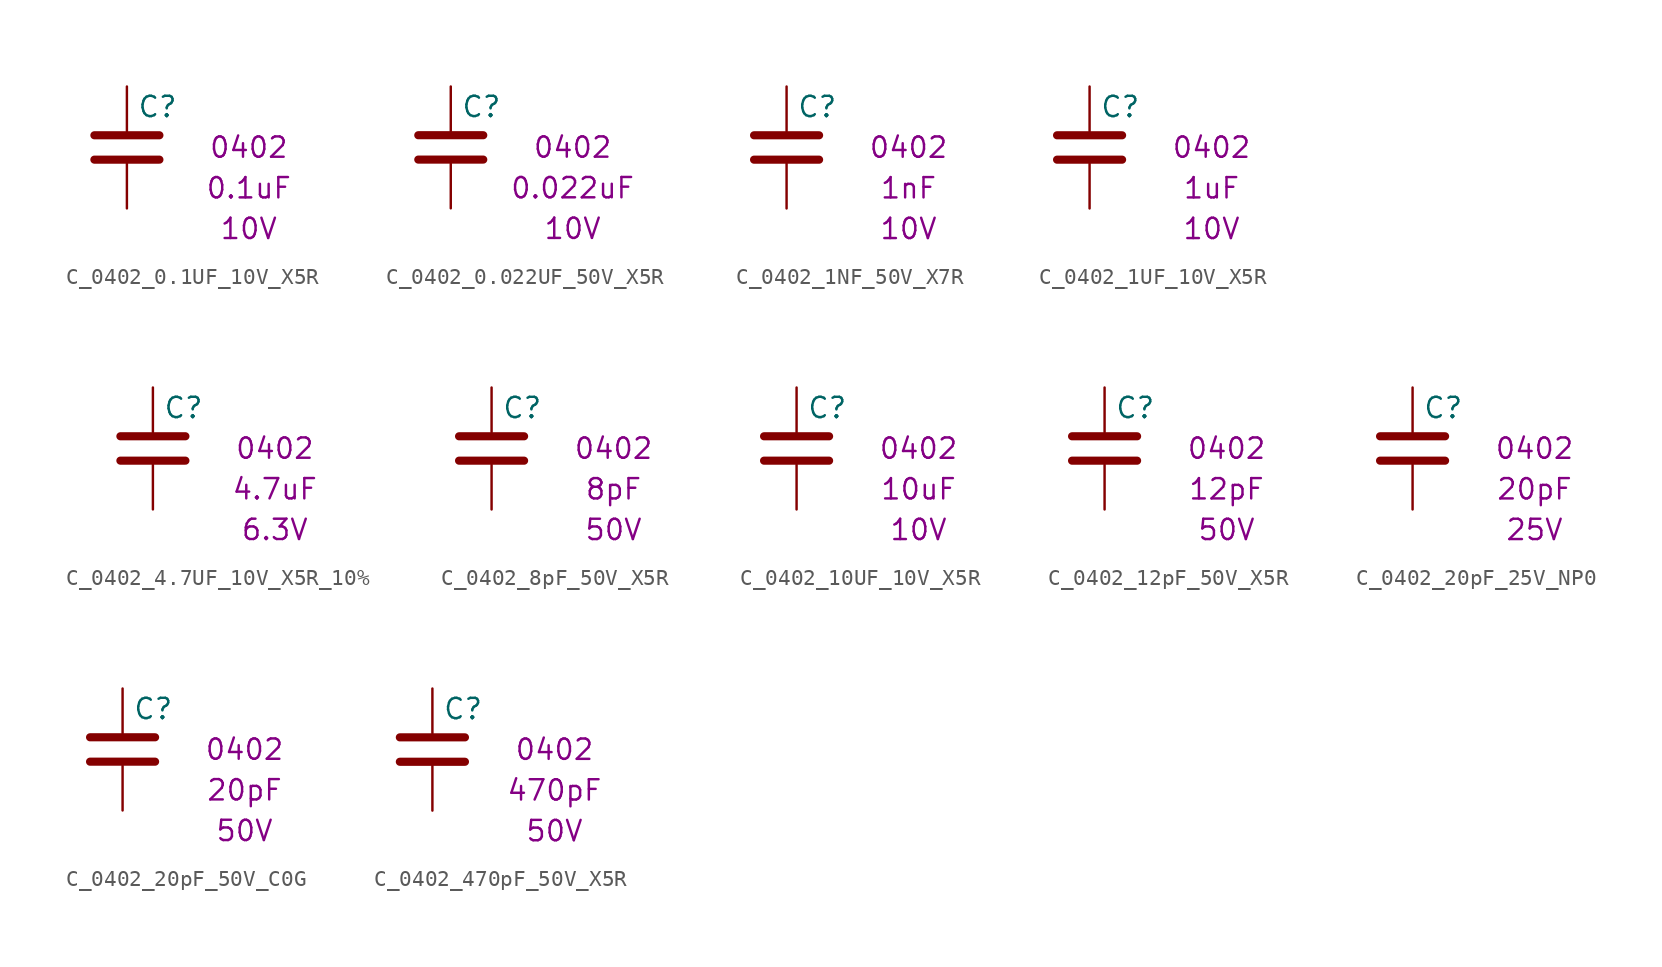
<source format=kicad_sym>
(kicad_symbol_lib
  (version 20211014)
  (generator kicad_symbol_editor)
  (symbol "C_0402_0.1UF_10V_X5R"
    (pin_numbers hide)
    (pin_names
      (offset 0.254))
    (property "Reference" "C"
      (at 0.635 3.81 0)
      (effects (font (size 1.27 1.27)) (justify left)))
    (property "Voltage" "10V"
      (at 7.62 -3.81 0)
      (effects (font (size 1.27 1.27))))
    (property "Cap_value" "0.1uF"
      (at 7.62 -1.27 0)
      (effects (font (size 1.27 1.27))))
    (property "Size" "0402"
      (at 7.62 1.27 0)
      (effects (font (size 1.27 1.27))))
    (symbol "C_0402_0.1UF_10V_X5R_0_1"
      (polyline (pts (xy -2.032 0.508) (xy 2.032 0.508)) (stroke (width 0.508) (type default) (color 0 0 0 0)) (fill (type none)))
      (polyline (pts (xy -2.032 2.032) (xy 2.032 2.032)) (stroke (width 0.508) (type default) (color 0 0 0 0)) (fill (type none))))
    (symbol "C_0402_0.1UF_10V_X5R_1_1"
      (pin passive line (at 0 5.08 270) (length 2.794) (name "~" (effects (font (size 1.27 1.27)))) (number "1" (effects (font (size 1.27 1.27)))))
      (pin passive line (at 0 -2.54 90) (length 2.794) (name "~" (effects (font (size 1.27 1.27)))) (number "2" (effects (font (size 1.27 1.27)))))))
  (symbol "C_0402_0.022UF_50V_X5R"
    (pin_numbers hide)
    (pin_names
      (offset 0.254))
    (property "Reference" "C"
      (at 0.635 3.81 0)
      (effects (font (size 1.27 1.27)) (justify left)))
    (property "Voltage" "10V"
      (at 7.62 -3.81 0)
      (effects (font (size 1.27 1.27))))
    (property "Cap_value" "0.022uF"
      (at 7.62 -1.27 0)
      (effects (font (size 1.27 1.27))))
    (property "Size" "0402"
      (at 7.62 1.27 0)
      (effects (font (size 1.27 1.27))))
    (symbol "C_0402_0.022UF_50V_X5R_0_1"
      (polyline (pts (xy -2.032 0.508) (xy 2.032 0.508)) (stroke (width 0.508) (type default) (color 0 0 0 0)) (fill (type none)))
      (polyline (pts (xy -2.032 2.032) (xy 2.032 2.032)) (stroke (width 0.508) (type default) (color 0 0 0 0)) (fill (type none))))
    (symbol "C_0402_0.022UF_50V_X5R_1_1"
      (pin passive line (at 0 5.08 270) (length 2.794) (name "~" (effects (font (size 1.27 1.27)))) (number "1" (effects (font (size 1.27 1.27)))))
      (pin passive line (at 0 -2.54 90) (length 2.794) (name "~" (effects (font (size 1.27 1.27)))) (number "2" (effects (font (size 1.27 1.27)))))))
  (symbol "C_0402_1NF_50V_X7R"
    (pin_numbers hide)
    (pin_names
      (offset 0.254))
    (property "Reference" "C"
      (at 0.635 3.81 0)
      (effects (font (size 1.27 1.27)) (justify left)))
    (property "Voltage" "10V"
      (at 7.62 -3.81 0)
      (effects (font (size 1.27 1.27))))
    (property "Cap_value" "1nF"
      (at 7.62 -1.27 0)
      (effects (font (size 1.27 1.27))))
    (property "Size" "0402"
      (at 7.62 1.27 0)
      (effects (font (size 1.27 1.27))))
    (symbol "C_0402_1NF_50V_X7R_0_1"
      (polyline (pts (xy -2.032 0.508) (xy 2.032 0.508)) (stroke (width 0.508) (type default) (color 0 0 0 0)) (fill (type none)))
      (polyline (pts (xy -2.032 2.032) (xy 2.032 2.032)) (stroke (width 0.508) (type default) (color 0 0 0 0)) (fill (type none))))
    (symbol "C_0402_1NF_50V_X7R_1_1"
      (pin passive line (at 0 5.08 270) (length 2.794) (name "~" (effects (font (size 1.27 1.27)))) (number "1" (effects (font (size 1.27 1.27)))))
      (pin passive line (at 0 -2.54 90) (length 2.794) (name "~" (effects (font (size 1.27 1.27)))) (number "2" (effects (font (size 1.27 1.27)))))))
  (symbol "C_0402_1UF_10V_X5R"
    (pin_numbers hide)
    (pin_names
      (offset 0.254))
    (property "Reference" "C"
      (at 0.635 3.81 0)
      (effects (font (size 1.27 1.27)) (justify left)))
    (property "Voltage" "10V"
      (at 7.62 -3.81 0)
      (effects (font (size 1.27 1.27))))
    (property "Cap_value" "1uF"
      (at 7.62 -1.27 0)
      (effects (font (size 1.27 1.27))))
    (property "Size" "0402"
      (at 7.62 1.27 0)
      (effects (font (size 1.27 1.27))))
    (symbol "C_0402_1UF_10V_X5R_0_1"
      (polyline (pts (xy -2.032 0.508) (xy 2.032 0.508)) (stroke (width 0.508) (type default) (color 0 0 0 0)) (fill (type none)))
      (polyline (pts (xy -2.032 2.032) (xy 2.032 2.032)) (stroke (width 0.508) (type default) (color 0 0 0 0)) (fill (type none))))
    (symbol "C_0402_1UF_10V_X5R_1_1"
      (pin passive line (at 0 5.08 270) (length 2.794) (name "~" (effects (font (size 1.27 1.27)))) (number "1" (effects (font (size 1.27 1.27)))))
      (pin passive line (at 0 -2.54 90) (length 2.794) (name "~" (effects (font (size 1.27 1.27)))) (number "2" (effects (font (size 1.27 1.27)))))))
  (symbol "C_0402_4.7UF_10V_X5R_10%"
    (pin_numbers hide)
    (pin_names
      (offset 0.254))
    (property "Reference" "C"
      (at 0.635 3.81 0)
      (effects (font (size 1.27 1.27)) (justify left)))
    (property "Voltage" "6.3V"
      (at 7.62 -3.81 0)
      (effects (font (size 1.27 1.27))))
    (property "Cap_value" "4.7uF"
      (at 7.62 -1.27 0)
      (effects (font (size 1.27 1.27))))
    (property "Size" "0402"
      (at 7.62 1.27 0)
      (effects (font (size 1.27 1.27))))
    (symbol "C_0402_4.7UF_10V_X5R_10%_0_1"
      (polyline (pts (xy -2.032 0.508) (xy 2.032 0.508)) (stroke (width 0.508) (type default) (color 0 0 0 0)) (fill (type none)))
      (polyline (pts (xy -2.032 2.032) (xy 2.032 2.032)) (stroke (width 0.508) (type default) (color 0 0 0 0)) (fill (type none))))
    (symbol "C_0402_4.7UF_10V_X5R_10%_1_1"
      (pin passive line (at 0 5.08 270) (length 2.794) (name "~" (effects (font (size 1.27 1.27)))) (number "1" (effects (font (size 1.27 1.27)))))
      (pin passive line (at 0 -2.54 90) (length 2.794) (name "~" (effects (font (size 1.27 1.27)))) (number "2" (effects (font (size 1.27 1.27)))))))
  (symbol "C_0402_8pF_50V_X5R"
    (pin_numbers hide)
    (pin_names
      (offset 0.254))
    (property "Reference" "C"
      (at 0.635 3.81 0)
      (effects (font (size 1.27 1.27)) (justify left)))
    (property "Voltage" "50V"
      (at 7.62 -3.81 0)
      (effects (font (size 1.27 1.27))))
    (property "Cap_value" "8pF"
      (at 7.62 -1.27 0)
      (effects (font (size 1.27 1.27))))
    (property "Size" "0402"
      (at 7.62 1.27 0)
      (effects (font (size 1.27 1.27))))
    (symbol "C_0402_8pF_50V_X5R_0_1"
      (polyline (pts (xy -2.032 0.508) (xy 2.032 0.508)) (stroke (width 0.508) (type default) (color 0 0 0 0)) (fill (type none)))
      (polyline (pts (xy -2.032 2.032) (xy 2.032 2.032)) (stroke (width 0.508) (type default) (color 0 0 0 0)) (fill (type none))))
    (symbol "C_0402_8pF_50V_X5R_1_1"
      (pin passive line (at 0 5.08 270) (length 2.794) (name "~" (effects (font (size 1.27 1.27)))) (number "1" (effects (font (size 1.27 1.27)))))
      (pin passive line (at 0 -2.54 90) (length 2.794) (name "~" (effects (font (size 1.27 1.27)))) (number "2" (effects (font (size 1.27 1.27)))))))
  (symbol "C_0402_10UF_10V_X5R"
    (pin_numbers hide)
    (pin_names
      (offset 0.254))
    (property "Reference" "C"
      (at 0.635 3.81 0)
      (effects (font (size 1.27 1.27)) (justify left)))
    (property "Voltage" "10V"
      (at 7.62 -3.81 0)
      (effects (font (size 1.27 1.27))))
    (property "Cap_value" "10uF"
      (at 7.62 -1.27 0)
      (effects (font (size 1.27 1.27))))
    (property "Size" "0402"
      (at 7.62 1.27 0)
      (effects (font (size 1.27 1.27))))
    (symbol "C_0402_10UF_10V_X5R_0_1"
      (polyline (pts (xy -2.032 0.508) (xy 2.032 0.508)) (stroke (width 0.508) (type default) (color 0 0 0 0)) (fill (type none)))
      (polyline (pts (xy -2.032 2.032) (xy 2.032 2.032)) (stroke (width 0.508) (type default) (color 0 0 0 0)) (fill (type none))))
    (symbol "C_0402_10UF_10V_X5R_1_1"
      (pin passive line (at 0 5.08 270) (length 2.794) (name "~" (effects (font (size 1.27 1.27)))) (number "1" (effects (font (size 1.27 1.27)))))
      (pin passive line (at 0 -2.54 90) (length 2.794) (name "~" (effects (font (size 1.27 1.27)))) (number "2" (effects (font (size 1.27 1.27)))))))
  (symbol "C_0402_12pF_50V_X5R"
    (pin_numbers hide)
    (pin_names
      (offset 0.254))
    (property "Reference" "C"
      (at 0.635 3.81 0)
      (effects (font (size 1.27 1.27)) (justify left)))
    (property "Voltage" "50V"
      (at 7.62 -3.81 0)
      (effects (font (size 1.27 1.27))))
    (property "Cap_value" "12pF"
      (at 7.62 -1.27 0)
      (effects (font (size 1.27 1.27))))
    (property "Size" "0402"
      (at 7.62 1.27 0)
      (effects (font (size 1.27 1.27))))
    (symbol "C_0402_12pF_50V_X5R_0_1"
      (polyline (pts (xy -2.032 0.508) (xy 2.032 0.508)) (stroke (width 0.508) (type default) (color 0 0 0 0)) (fill (type none)))
      (polyline (pts (xy -2.032 2.032) (xy 2.032 2.032)) (stroke (width 0.508) (type default) (color 0 0 0 0)) (fill (type none))))
    (symbol "C_0402_12pF_50V_X5R_1_1"
      (pin passive line (at 0 5.08 270) (length 2.794) (name "~" (effects (font (size 1.27 1.27)))) (number "1" (effects (font (size 1.27 1.27)))))
      (pin passive line (at 0 -2.54 90) (length 2.794) (name "~" (effects (font (size 1.27 1.27)))) (number "2" (effects (font (size 1.27 1.27)))))))
  (symbol "C_0402_20pF_25V_NP0"
    (pin_numbers hide)
    (pin_names
      (offset 0.254))
    (property "Reference" "C"
      (at 0.635 3.81 0)
      (effects (font (size 1.27 1.27)) (justify left)))
    (property "Voltage" "25V"
      (at 7.62 -3.81 0)
      (effects (font (size 1.27 1.27))))
    (property "Cap_value" "20pF"
      (at 7.62 -1.27 0)
      (effects (font (size 1.27 1.27))))
    (property "Size" "0402"
      (at 7.62 1.27 0)
      (effects (font (size 1.27 1.27))))
    (symbol "C_0402_20pF_25V_NP0_0_1"
      (polyline (pts (xy -2.032 0.508) (xy 2.032 0.508)) (stroke (width 0.508) (type default) (color 0 0 0 0)) (fill (type none)))
      (polyline (pts (xy -2.032 2.032) (xy 2.032 2.032)) (stroke (width 0.508) (type default) (color 0 0 0 0)) (fill (type none))))
    (symbol "C_0402_20pF_25V_NP0_1_1"
      (pin passive line (at 0 5.08 270) (length 2.794) (name "~" (effects (font (size 1.27 1.27)))) (number "1" (effects (font (size 1.27 1.27)))))
      (pin passive line (at 0 -2.54 90) (length 2.794) (name "~" (effects (font (size 1.27 1.27)))) (number "2" (effects (font (size 1.27 1.27)))))))
  (symbol "C_0402_20pF_50V_C0G"
    (pin_numbers hide)
    (pin_names
      (offset 0.254))
    (property "Reference" "C"
      (at 0.635 3.81 0)
      (effects (font (size 1.27 1.27)) (justify left)))
    (property "Voltage" "50V"
      (at 7.62 -3.81 0)
      (effects (font (size 1.27 1.27))))
    (property "Cap_value" "20pF"
      (at 7.62 -1.27 0)
      (effects (font (size 1.27 1.27))))
    (property "Size" "0402"
      (at 7.62 1.27 0)
      (effects (font (size 1.27 1.27))))
    (symbol "C_0402_20pF_50V_C0G_0_1"
      (polyline (pts (xy -2.032 0.508) (xy 2.032 0.508)) (stroke (width 0.508) (type default) (color 0 0 0 0)) (fill (type none)))
      (polyline (pts (xy -2.032 2.032) (xy 2.032 2.032)) (stroke (width 0.508) (type default) (color 0 0 0 0)) (fill (type none))))
    (symbol "C_0402_20pF_50V_C0G_1_1"
      (pin passive line (at 0 5.08 270) (length 2.794) (name "~" (effects (font (size 1.27 1.27)))) (number "1" (effects (font (size 1.27 1.27)))))
      (pin passive line (at 0 -2.54 90) (length 2.794) (name "~" (effects (font (size 1.27 1.27)))) (number "2" (effects (font (size 1.27 1.27)))))))
  (symbol "C_0402_470pF_50V_X5R"
    (pin_numbers hide)
    (pin_names
      (offset 0.254))
    (property "Reference" "C"
      (at 0.635 3.81 0)
      (effects (font (size 1.27 1.27)) (justify left)))
    (property "Voltage" "50V"
      (at 7.62 -3.81 0)
      (effects (font (size 1.27 1.27))))
    (property "Cap_value" "470pF"
      (at 7.62 -1.27 0)
      (effects (font (size 1.27 1.27))))
    (property "Size" "0402"
      (at 7.62 1.27 0)
      (effects (font (size 1.27 1.27))))
    (symbol "C_0402_470pF_50V_X5R_0_1"
      (polyline (pts (xy -2.032 0.508) (xy 2.032 0.508)) (stroke (width 0.508) (type default) (color 0 0 0 0)) (fill (type none)))
      (polyline (pts (xy -2.032 2.032) (xy 2.032 2.032)) (stroke (width 0.508) (type default) (color 0 0 0 0)) (fill (type none))))
    (symbol "C_0402_470pF_50V_X5R_1_1"
      (pin passive line (at 0 5.08 270) (length 2.794) (name "~" (effects (font (size 1.27 1.27)))) (number "1" (effects (font (size 1.27 1.27)))))
      (pin passive line (at 0 -2.54 90) (length 2.794) (name "~" (effects (font (size 1.27 1.27)))) (number "2" (effects (font (size 1.27 1.27))))))))
</source>
